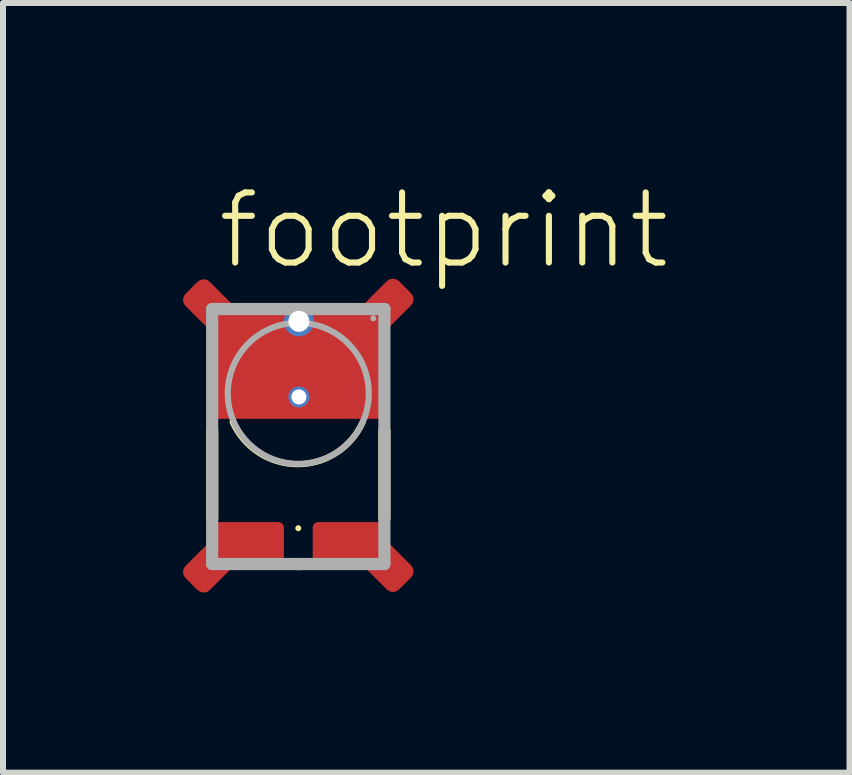
<source format=kicad_pcb>
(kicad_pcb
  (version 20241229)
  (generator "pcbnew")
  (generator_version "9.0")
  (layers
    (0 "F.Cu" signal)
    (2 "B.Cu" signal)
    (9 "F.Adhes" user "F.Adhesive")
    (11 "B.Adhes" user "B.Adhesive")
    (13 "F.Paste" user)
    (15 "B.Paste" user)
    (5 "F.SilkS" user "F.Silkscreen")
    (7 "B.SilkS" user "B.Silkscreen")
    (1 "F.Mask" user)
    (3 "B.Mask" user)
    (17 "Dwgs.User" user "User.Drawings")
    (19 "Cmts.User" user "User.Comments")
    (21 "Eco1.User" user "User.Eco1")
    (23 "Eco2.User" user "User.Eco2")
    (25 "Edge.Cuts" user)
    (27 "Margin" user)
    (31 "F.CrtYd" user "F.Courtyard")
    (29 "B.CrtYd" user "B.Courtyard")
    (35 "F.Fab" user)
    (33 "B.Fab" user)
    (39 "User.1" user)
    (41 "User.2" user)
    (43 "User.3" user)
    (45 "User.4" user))
  (footprint "footprint"
    (layer "F.Cu")
    (at 1.921 3.505)
    (property "Reference" "footprint" (at -1.397 -2.032 0) (layer "F.SilkS") (effects (font (size 1.168 1.168) (thickness 0.102)) (justify left bottom)))
    (fp_circle (center 0.01 -1.2) (end 0.12 -1.2) (stroke (width 0.22) (type solid)) (fill yes) (layer "F.Mask"))
    (fp_circle (center 0.01 0.06) (end 0.12 0.06) (stroke (width 0.22) (type solid)) (fill yes) (layer "F.Mask"))
    (fp_poly (pts (xy -0.319 2.791) (xy -0.989 2.791) (xy -1.495 3.297) (xy -1.654 3.254) (xy -1.772 3.172) (xy -1.854 3.054) (xy -1.897 2.895) (xy -1.421 2.419) (xy -1.421 2.229) (xy -0.319 2.229)) (stroke (width 0) (type solid)) (fill yes) (layer "F.Mask"))
    (fp_poly (pts (xy 1.421 2.409) (xy 1.886 2.874) (xy 1.85 2.91) (xy 1.898 2.925) (xy 1.859 3.052) (xy 1.774 3.17) (xy 1.51 3.302) (xy 0.999 2.791) (xy 0.319 2.791) (xy 0.319 2.229) (xy 1.421 2.229)) (stroke (width 0) (type solid)) (fill yes) (layer "F.Mask"))
    (fp_poly (pts (xy -0.999 -1.381) (xy -0.469 -1.381) (xy -0.469 -1.203) (xy -0.452 -1.076) (xy -0.405 -0.961) (xy -0.329 -0.861) (xy -0.232 -0.787) (xy 0.061 -0.709) (xy 0.061 -0.425) (xy -0.114 -0.402) (xy -0.229 -0.355) (xy -0.329 -0.279) (xy -0.405 -0.179) (xy -0.452 -0.064) (xy -0.469 0.063) (xy -0.469 0.281) (xy -1.421 0.281) (xy -1.421 -0.999) (xy -1.886 -1.464) (xy -1.85 -1.5) (xy -1.898 -1.515) (xy -1.859 -1.642) (xy -1.774 -1.76) (xy -1.51 -1.892)) (stroke (width 0) (type solid)) (fill yes) (layer "F.Mask"))
    (fp_poly (pts (xy 1.654 -1.844) (xy 1.775 -1.759) (xy 1.901 -1.489) (xy 1.421 -1.009) (xy 1.421 0.281) (xy 0.489 0.281) (xy 0.489 0.063) (xy 0.472 -0.064) (xy 0.425 -0.179) (xy 0.349 -0.279) (xy 0.249 -0.355) (xy 0.134 -0.402) (xy -0.041 -0.425) (xy -0.041 -0.668) (xy -0.044 -0.714) (xy 0.134 -0.738) (xy 0.249 -0.785) (xy 0.349 -0.861) (xy 0.425 -0.961) (xy 0.472 -1.076) (xy 0.489 -1.203) (xy 0.489 -1.381) (xy 0.989 -1.381) (xy 1.495 -1.887)) (stroke (width 0) (type solid)) (fill yes) (layer "F.Mask"))
    (fp_line (start -1.435 2.083) (end -1.435 0.627) (stroke (width 0.203) (type solid)) (layer "F.SilkS"))
    (fp_line (start 0.038 2.845) (end -0.018 2.845) (stroke (width 0.203) (type solid)) (layer "F.SilkS"))
    (fp_line (start 1.435 0.627) (end 1.435 2.083) (stroke (width 0.203) (type solid)) (layer "F.SilkS"))
    (fp_arc (start 1.075 0.475) (mid -0.01 1.181553) (end -1.095 0.475) (stroke (width 0.1016) (type solid)) (layer "F.SilkS"))
    (fp_circle (center 0 2.248) (end 0.025 2.248) (stroke (width 0.05) (type solid)) (fill yes) (layer "F.SilkS"))
    (fp_poly (pts (xy -0.345 2.765) (xy -0.999 2.765) (xy -1.502 3.268) (xy -1.643 3.231) (xy -1.753 3.153) (xy -1.831 3.043) (xy -1.868 2.902) (xy -1.395 2.429) (xy -1.395 2.255) (xy -0.345 2.255)) (stroke (width 0) (type solid)) (fill yes) (layer "F.Paste"))
    (fp_poly (pts (xy 1.395 2.419) (xy 1.868 2.892) (xy 1.85 2.91) (xy 1.874 2.918) (xy 1.836 3.04) (xy 1.757 3.15) (xy 1.515 3.271) (xy 1.009 2.765) (xy 0.345 2.765) (xy 0.345 2.255) (xy 1.395 2.255)) (stroke (width 0) (type solid)) (fill yes) (layer "F.Paste"))
    (fp_poly (pts (xy -1.009 -1.355) (xy -0.495 -1.355) (xy -0.495 -1.202) (xy -0.477 -1.069) (xy -0.427 -0.948) (xy -0.347 -0.843) (xy -0.244 -0.764) (xy 0.035 -0.689) (xy 0.035 -0.448) (xy -0.121 -0.427) (xy -0.242 -0.377) (xy -0.347 -0.297) (xy -0.427 -0.192) (xy -0.477 -0.071) (xy -0.495 0.062) (xy -0.495 0.255) (xy -1.395 0.255) (xy -1.395 -1.009) (xy -1.868 -1.482) (xy -1.85 -1.5) (xy -1.874 -1.508) (xy -1.836 -1.63) (xy -1.757 -1.74) (xy -1.515 -1.861)) (stroke (width 0) (type solid)) (fill yes) (layer "F.Paste"))
    (fp_poly (pts (xy 1.643 -1.821) (xy 1.755 -1.742) (xy 1.871 -1.495) (xy 1.395 -1.019) (xy 1.395 0.255) (xy 0.515 0.255) (xy 0.515 0.062) (xy 0.497 -0.071) (xy 0.447 -0.192) (xy 0.367 -0.297) (xy 0.262 -0.377) (xy 0.141 -0.427) (xy -0.015 -0.448) (xy -0.015 -0.669) (xy -0.017 -0.692) (xy 0.141 -0.713) (xy 0.262 -0.763) (xy 0.367 -0.843) (xy 0.447 -0.948) (xy 0.497 -1.069) (xy 0.515 -1.202) (xy 0.515 -1.355) (xy 0.999 -1.355) (xy 1.502 -1.858)) (stroke (width 0) (type solid)) (fill yes) (layer "F.Paste"))
    (fp_line (start -1.435 -1.405) (end 1.435 -1.405) (stroke (width 0.203) (type solid)) (layer "F.Fab"))
    (fp_line (start -1.435 2.845) (end -1.435 -1.405) (stroke (width 0.203) (type solid)) (layer "F.Fab"))
    (fp_line (start 1.435 -1.405) (end 1.435 2.845) (stroke (width 0.203) (type solid)) (layer "F.Fab"))
    (fp_line (start 1.435 2.845) (end -1.435 2.845) (stroke (width 0.203) (type solid)) (layer "F.Fab"))
    (fp_circle (center 0 0) (end 1.175 0) (stroke (width 0.102) (type solid)) (fill no) (layer "F.Fab"))
    (fp_circle (center 1.25 -1.25) (end 1.275 -1.25) (stroke (width 0.05) (type solid)) (fill no) (layer "F.Fab"))
    (pad "A" smd roundrect (at 0.87 2.51 180) (size 1.26 0.73) (layers "F.Cu") (roundrect_rratio 0.125))
    (pad "A@1" smd roundrect (at 1.39 2.78 315) (size 1.1 0.57) (layers "F.Cu") (roundrect_rratio 0.25))
    (pad "C" smd roundrect (at -0.87 2.51 180) (size 1.26 0.73) (layers "F.Cu") (roundrect_rratio 0.125))
    (pad "C@1" smd roundrect (at -1.39 2.79 225) (size 1.1 0.57) (layers "F.Cu") (roundrect_rratio 0.25))
    (pad "TH" smd rect (at 0.01 -0.49 180) (size 2.86 1.83) (layers "F.Cu"))
    (pad "TH@1" smd roundrect (at -1.39 -1.37 135) (size 1.1 0.57) (layers "F.Cu") (roundrect_rratio 0.25))
    (pad "TH@2" smd roundrect (at 1.39 -1.38 45) (size 1.1 0.57) (layers "F.Cu") (roundrect_rratio 0.25))
    (pad "TH@3" thru_hole circle (at 0.01 0.06 180) (size 0.35 0.35) (drill 0.25) (layers "*.Cu"))
    (pad "TH@4" thru_hole circle (at 0.01 -1.2 180) (size 0.5 0.5) (drill 0.35) (layers "*.Cu")))
  (gr_rect
    (start -3 -3)
    (end 11.107 9.827)
    (stroke (width 0.1) (type default))
    (fill no)
    (layer "Edge.Cuts")))
</source>
